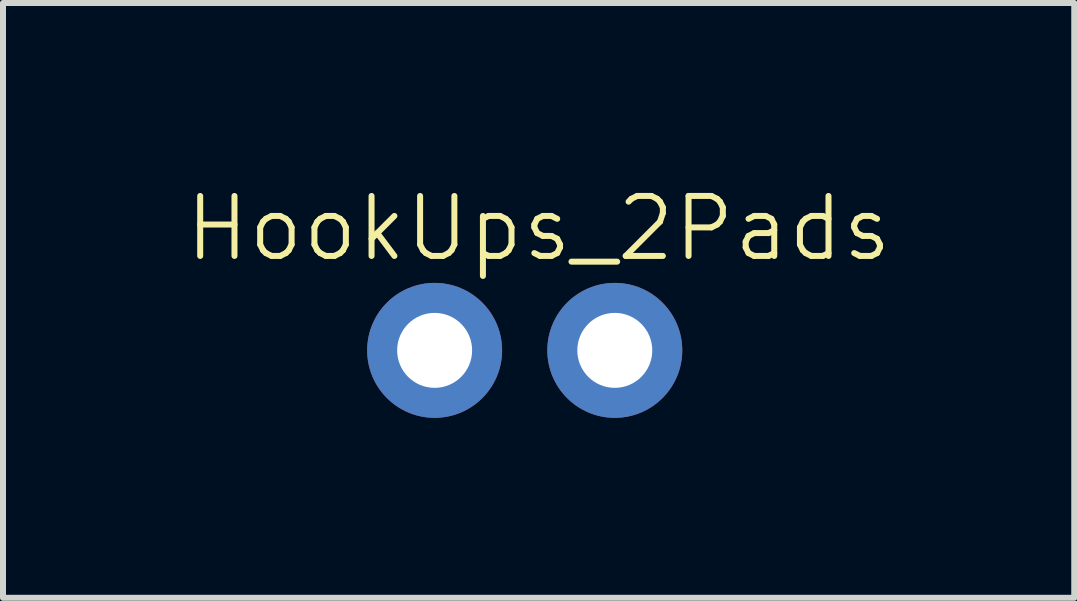
<source format=kicad_pcb>
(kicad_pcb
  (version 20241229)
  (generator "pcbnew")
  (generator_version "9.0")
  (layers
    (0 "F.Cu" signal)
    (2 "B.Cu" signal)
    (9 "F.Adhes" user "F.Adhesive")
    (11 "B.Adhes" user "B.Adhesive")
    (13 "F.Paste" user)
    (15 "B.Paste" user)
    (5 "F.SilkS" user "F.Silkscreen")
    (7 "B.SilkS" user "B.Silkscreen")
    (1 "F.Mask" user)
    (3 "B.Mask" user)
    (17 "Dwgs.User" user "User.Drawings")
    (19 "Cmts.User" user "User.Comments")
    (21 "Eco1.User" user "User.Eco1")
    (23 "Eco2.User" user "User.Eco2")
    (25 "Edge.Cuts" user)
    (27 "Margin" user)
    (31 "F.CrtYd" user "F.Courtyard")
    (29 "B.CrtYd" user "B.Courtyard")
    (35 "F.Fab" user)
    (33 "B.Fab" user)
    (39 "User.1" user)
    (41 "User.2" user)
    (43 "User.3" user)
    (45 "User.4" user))
  (footprint "HookUps_2Pads"
    (layer "F.Cu")
    (at 5.677 2.792)
    (property "Reference" "HookUps_2Pads" (at 0.254 -2.032 0) (unlocked yes) (layer "F.SilkS") (effects (font (size 1 1) (thickness 0.1))))
    (attr through_hole)
    (pad "1" thru_hole circle (at -1.48 0) (size 2.25 2.25) (drill 1.25) (layers "*.Cu" "*.Mask"))
    (pad "2" thru_hole circle (at 1.524 0) (size 2.25 2.25) (drill 1.25) (layers "*.Cu" "*.Mask")))
  (gr_rect
    (start -3 -3)
    (end 14.862 6.918)
    (stroke (width 0.1) (type default))
    (fill no)
    (layer "Edge.Cuts")))
</source>
